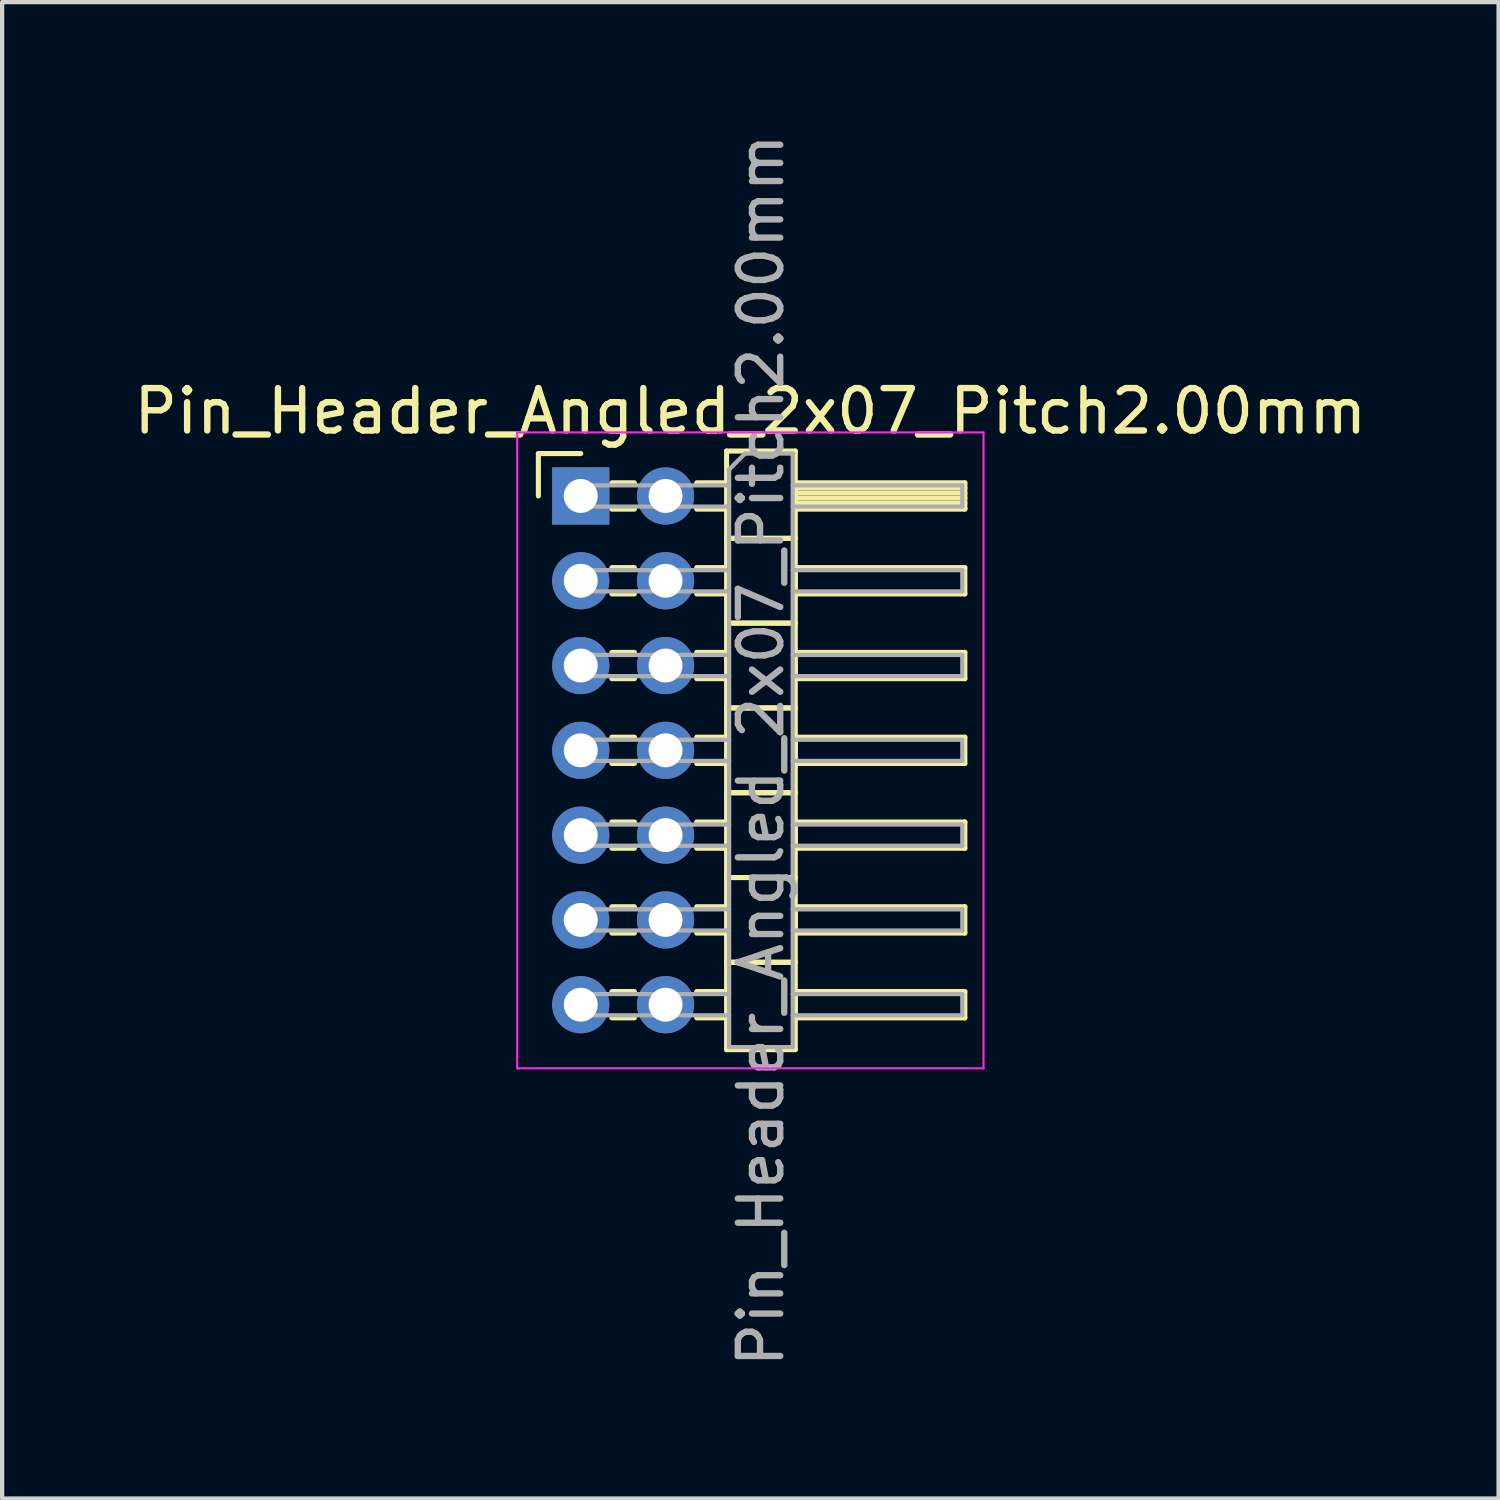
<source format=kicad_pcb>
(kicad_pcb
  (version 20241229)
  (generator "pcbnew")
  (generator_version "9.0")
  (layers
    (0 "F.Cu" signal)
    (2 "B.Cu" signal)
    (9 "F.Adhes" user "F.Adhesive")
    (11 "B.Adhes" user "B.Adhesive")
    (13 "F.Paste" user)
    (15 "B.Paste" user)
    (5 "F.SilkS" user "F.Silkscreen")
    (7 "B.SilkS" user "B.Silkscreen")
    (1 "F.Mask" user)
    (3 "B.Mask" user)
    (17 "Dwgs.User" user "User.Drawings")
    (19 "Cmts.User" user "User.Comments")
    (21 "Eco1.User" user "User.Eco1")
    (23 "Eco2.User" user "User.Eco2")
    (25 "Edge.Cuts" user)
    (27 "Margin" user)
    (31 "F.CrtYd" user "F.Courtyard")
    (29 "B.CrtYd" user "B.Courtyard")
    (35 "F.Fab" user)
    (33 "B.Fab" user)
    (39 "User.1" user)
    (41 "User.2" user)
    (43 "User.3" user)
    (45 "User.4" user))
  (footprint "Pin_Header_Angled_2x07_Pitch2.00mm"
    (layer "F.Cu")
    (at 10.649 8.649)
    (property "Reference" "Pin_Header_Angled_2x07_Pitch2.00mm" (at 4 -2 0) (layer "F.SilkS") (effects (font (size 1 1) (thickness 0.15))))
    (attr through_hole)
    (fp_line (start -1 -1) (end 0 -1) (stroke (width 0.12) (type solid)) (layer "F.SilkS"))
    (fp_line (start -1 0) (end -1 -1) (stroke (width 0.12) (type solid)) (layer "F.SilkS"))
    (fp_line (start 0.735 -0.31) (end 1.265 -0.31) (stroke (width 0.12) (type solid)) (layer "F.SilkS"))
    (fp_line (start 0.735 0.31) (end 1.265 0.31) (stroke (width 0.12) (type solid)) (layer "F.SilkS"))
    (fp_line (start 0.735 1.69) (end 1.265 1.69) (stroke (width 0.12) (type solid)) (layer "F.SilkS"))
    (fp_line (start 0.735 2.31) (end 1.265 2.31) (stroke (width 0.12) (type solid)) (layer "F.SilkS"))
    (fp_line (start 0.735 3.69) (end 1.265 3.69) (stroke (width 0.12) (type solid)) (layer "F.SilkS"))
    (fp_line (start 0.735 4.31) (end 1.265 4.31) (stroke (width 0.12) (type solid)) (layer "F.SilkS"))
    (fp_line (start 0.735 5.69) (end 1.265 5.69) (stroke (width 0.12) (type solid)) (layer "F.SilkS"))
    (fp_line (start 0.735 6.31) (end 1.265 6.31) (stroke (width 0.12) (type solid)) (layer "F.SilkS"))
    (fp_line (start 0.735 7.69) (end 1.265 7.69) (stroke (width 0.12) (type solid)) (layer "F.SilkS"))
    (fp_line (start 0.735 8.31) (end 1.265 8.31) (stroke (width 0.12) (type solid)) (layer "F.SilkS"))
    (fp_line (start 0.735 9.69) (end 1.265 9.69) (stroke (width 0.12) (type solid)) (layer "F.SilkS"))
    (fp_line (start 0.735 10.31) (end 1.265 10.31) (stroke (width 0.12) (type solid)) (layer "F.SilkS"))
    (fp_line (start 0.735 11.69) (end 1.265 11.69) (stroke (width 0.12) (type solid)) (layer "F.SilkS"))
    (fp_line (start 0.735 12.31) (end 1.265 12.31) (stroke (width 0.12) (type solid)) (layer "F.SilkS"))
    (fp_line (start 2.735 -0.31) (end 3.44 -0.31) (stroke (width 0.12) (type solid)) (layer "F.SilkS"))
    (fp_line (start 2.735 0.31) (end 3.44 0.31) (stroke (width 0.12) (type solid)) (layer "F.SilkS"))
    (fp_line (start 2.735 1.69) (end 3.44 1.69) (stroke (width 0.12) (type solid)) (layer "F.SilkS"))
    (fp_line (start 2.735 2.31) (end 3.44 2.31) (stroke (width 0.12) (type solid)) (layer "F.SilkS"))
    (fp_line (start 2.735 3.69) (end 3.44 3.69) (stroke (width 0.12) (type solid)) (layer "F.SilkS"))
    (fp_line (start 2.735 4.31) (end 3.44 4.31) (stroke (width 0.12) (type solid)) (layer "F.SilkS"))
    (fp_line (start 2.735 5.69) (end 3.44 5.69) (stroke (width 0.12) (type solid)) (layer "F.SilkS"))
    (fp_line (start 2.735 6.31) (end 3.44 6.31) (stroke (width 0.12) (type solid)) (layer "F.SilkS"))
    (fp_line (start 2.735 7.69) (end 3.44 7.69) (stroke (width 0.12) (type solid)) (layer "F.SilkS"))
    (fp_line (start 2.735 8.31) (end 3.44 8.31) (stroke (width 0.12) (type solid)) (layer "F.SilkS"))
    (fp_line (start 2.735 9.69) (end 3.44 9.69) (stroke (width 0.12) (type solid)) (layer "F.SilkS"))
    (fp_line (start 2.735 10.31) (end 3.44 10.31) (stroke (width 0.12) (type solid)) (layer "F.SilkS"))
    (fp_line (start 2.735 11.69) (end 3.44 11.69) (stroke (width 0.12) (type solid)) (layer "F.SilkS"))
    (fp_line (start 2.735 12.31) (end 3.44 12.31) (stroke (width 0.12) (type solid)) (layer "F.SilkS"))
    (fp_line (start 3.44 -1.06) (end 3.44 1) (stroke (width 0.12) (type solid)) (layer "F.SilkS"))
    (fp_line (start 3.44 1) (end 3.44 3) (stroke (width 0.12) (type solid)) (layer "F.SilkS"))
    (fp_line (start 3.44 1) (end 5.06 1) (stroke (width 0.12) (type solid)) (layer "F.SilkS"))
    (fp_line (start 3.44 3) (end 3.44 5) (stroke (width 0.12) (type solid)) (layer "F.SilkS"))
    (fp_line (start 3.44 3) (end 5.06 3) (stroke (width 0.12) (type solid)) (layer "F.SilkS"))
    (fp_line (start 3.44 5) (end 3.44 7) (stroke (width 0.12) (type solid)) (layer "F.SilkS"))
    (fp_line (start 3.44 5) (end 5.06 5) (stroke (width 0.12) (type solid)) (layer "F.SilkS"))
    (fp_line (start 3.44 7) (end 3.44 9) (stroke (width 0.12) (type solid)) (layer "F.SilkS"))
    (fp_line (start 3.44 7) (end 5.06 7) (stroke (width 0.12) (type solid)) (layer "F.SilkS"))
    (fp_line (start 3.44 9) (end 3.44 11) (stroke (width 0.12) (type solid)) (layer "F.SilkS"))
    (fp_line (start 3.44 9) (end 5.06 9) (stroke (width 0.12) (type solid)) (layer "F.SilkS"))
    (fp_line (start 3.44 11) (end 3.44 13.06) (stroke (width 0.12) (type solid)) (layer "F.SilkS"))
    (fp_line (start 3.44 11) (end 5.06 11) (stroke (width 0.12) (type solid)) (layer "F.SilkS"))
    (fp_line (start 3.44 13.06) (end 5.06 13.06) (stroke (width 0.12) (type solid)) (layer "F.SilkS"))
    (fp_line (start 5.06 -1.06) (end 3.44 -1.06) (stroke (width 0.12) (type solid)) (layer "F.SilkS"))
    (fp_line (start 5.06 -0.31) (end 5.06 0.31) (stroke (width 0.12) (type solid)) (layer "F.SilkS"))
    (fp_line (start 5.06 -0.19) (end 9.06 -0.19) (stroke (width 0.12) (type solid)) (layer "F.SilkS"))
    (fp_line (start 5.06 -0.07) (end 9.06 -0.07) (stroke (width 0.12) (type solid)) (layer "F.SilkS"))
    (fp_line (start 5.06 0.05) (end 9.06 0.05) (stroke (width 0.12) (type solid)) (layer "F.SilkS"))
    (fp_line (start 5.06 0.17) (end 9.06 0.17) (stroke (width 0.12) (type solid)) (layer "F.SilkS"))
    (fp_line (start 5.06 0.29) (end 9.06 0.29) (stroke (width 0.12) (type solid)) (layer "F.SilkS"))
    (fp_line (start 5.06 0.31) (end 9.06 0.31) (stroke (width 0.12) (type solid)) (layer "F.SilkS"))
    (fp_line (start 5.06 1) (end 3.44 1) (stroke (width 0.12) (type solid)) (layer "F.SilkS"))
    (fp_line (start 5.06 1) (end 5.06 -1.06) (stroke (width 0.12) (type solid)) (layer "F.SilkS"))
    (fp_line (start 5.06 1.69) (end 5.06 2.31) (stroke (width 0.12) (type solid)) (layer "F.SilkS"))
    (fp_line (start 5.06 2.31) (end 9.06 2.31) (stroke (width 0.12) (type solid)) (layer "F.SilkS"))
    (fp_line (start 5.06 3) (end 3.44 3) (stroke (width 0.12) (type solid)) (layer "F.SilkS"))
    (fp_line (start 5.06 3) (end 5.06 1) (stroke (width 0.12) (type solid)) (layer "F.SilkS"))
    (fp_line (start 5.06 3.69) (end 5.06 4.31) (stroke (width 0.12) (type solid)) (layer "F.SilkS"))
    (fp_line (start 5.06 4.31) (end 9.06 4.31) (stroke (width 0.12) (type solid)) (layer "F.SilkS"))
    (fp_line (start 5.06 5) (end 3.44 5) (stroke (width 0.12) (type solid)) (layer "F.SilkS"))
    (fp_line (start 5.06 5) (end 5.06 3) (stroke (width 0.12) (type solid)) (layer "F.SilkS"))
    (fp_line (start 5.06 5.69) (end 5.06 6.31) (stroke (width 0.12) (type solid)) (layer "F.SilkS"))
    (fp_line (start 5.06 6.31) (end 9.06 6.31) (stroke (width 0.12) (type solid)) (layer "F.SilkS"))
    (fp_line (start 5.06 7) (end 3.44 7) (stroke (width 0.12) (type solid)) (layer "F.SilkS"))
    (fp_line (start 5.06 7) (end 5.06 5) (stroke (width 0.12) (type solid)) (layer "F.SilkS"))
    (fp_line (start 5.06 7.69) (end 5.06 8.31) (stroke (width 0.12) (type solid)) (layer "F.SilkS"))
    (fp_line (start 5.06 8.31) (end 9.06 8.31) (stroke (width 0.12) (type solid)) (layer "F.SilkS"))
    (fp_line (start 5.06 9) (end 3.44 9) (stroke (width 0.12) (type solid)) (layer "F.SilkS"))
    (fp_line (start 5.06 9) (end 5.06 7) (stroke (width 0.12) (type solid)) (layer "F.SilkS"))
    (fp_line (start 5.06 9.69) (end 5.06 10.31) (stroke (width 0.12) (type solid)) (layer "F.SilkS"))
    (fp_line (start 5.06 10.31) (end 9.06 10.31) (stroke (width 0.12) (type solid)) (layer "F.SilkS"))
    (fp_line (start 5.06 11) (end 3.44 11) (stroke (width 0.12) (type solid)) (layer "F.SilkS"))
    (fp_line (start 5.06 11) (end 5.06 9) (stroke (width 0.12) (type solid)) (layer "F.SilkS"))
    (fp_line (start 5.06 11.69) (end 5.06 12.31) (stroke (width 0.12) (type solid)) (layer "F.SilkS"))
    (fp_line (start 5.06 12.31) (end 9.06 12.31) (stroke (width 0.12) (type solid)) (layer "F.SilkS"))
    (fp_line (start 5.06 13.06) (end 5.06 11) (stroke (width 0.12) (type solid)) (layer "F.SilkS"))
    (fp_line (start 9.06 -0.31) (end 5.06 -0.31) (stroke (width 0.12) (type solid)) (layer "F.SilkS"))
    (fp_line (start 9.06 0.31) (end 9.06 -0.31) (stroke (width 0.12) (type solid)) (layer "F.SilkS"))
    (fp_line (start 9.06 1.69) (end 5.06 1.69) (stroke (width 0.12) (type solid)) (layer "F.SilkS"))
    (fp_line (start 9.06 2.31) (end 9.06 1.69) (stroke (width 0.12) (type solid)) (layer "F.SilkS"))
    (fp_line (start 9.06 3.69) (end 5.06 3.69) (stroke (width 0.12) (type solid)) (layer "F.SilkS"))
    (fp_line (start 9.06 4.31) (end 9.06 3.69) (stroke (width 0.12) (type solid)) (layer "F.SilkS"))
    (fp_line (start 9.06 5.69) (end 5.06 5.69) (stroke (width 0.12) (type solid)) (layer "F.SilkS"))
    (fp_line (start 9.06 6.31) (end 9.06 5.69) (stroke (width 0.12) (type solid)) (layer "F.SilkS"))
    (fp_line (start 9.06 7.69) (end 5.06 7.69) (stroke (width 0.12) (type solid)) (layer "F.SilkS"))
    (fp_line (start 9.06 8.31) (end 9.06 7.69) (stroke (width 0.12) (type solid)) (layer "F.SilkS"))
    (fp_line (start 9.06 9.69) (end 5.06 9.69) (stroke (width 0.12) (type solid)) (layer "F.SilkS"))
    (fp_line (start 9.06 10.31) (end 9.06 9.69) (stroke (width 0.12) (type solid)) (layer "F.SilkS"))
    (fp_line (start 9.06 11.69) (end 5.06 11.69) (stroke (width 0.12) (type solid)) (layer "F.SilkS"))
    (fp_line (start 9.06 12.31) (end 9.06 11.69) (stroke (width 0.12) (type solid)) (layer "F.SilkS"))
    (fp_line (start -1.5 -1.5) (end -1.5 13.5) (stroke (width 0.05) (type solid)) (layer "F.CrtYd"))
    (fp_line (start -1.5 13.5) (end 9.5 13.5) (stroke (width 0.05) (type solid)) (layer "F.CrtYd"))
    (fp_line (start 9.5 -1.5) (end -1.5 -1.5) (stroke (width 0.05) (type solid)) (layer "F.CrtYd"))
    (fp_line (start 9.5 13.5) (end 9.5 -1.5) (stroke (width 0.05) (type solid)) (layer "F.CrtYd"))
    (fp_line (start -0.25 -0.25) (end -0.25 0.25) (stroke (width 0.1) (type solid)) (layer "F.Fab"))
    (fp_line (start -0.25 -0.25) (end 3.5 -0.25) (stroke (width 0.1) (type solid)) (layer "F.Fab"))
    (fp_line (start -0.25 0.25) (end 3.5 0.25) (stroke (width 0.1) (type solid)) (layer "F.Fab"))
    (fp_line (start -0.25 1.75) (end -0.25 2.25) (stroke (width 0.1) (type solid)) (layer "F.Fab"))
    (fp_line (start -0.25 1.75) (end 3.5 1.75) (stroke (width 0.1) (type solid)) (layer "F.Fab"))
    (fp_line (start -0.25 2.25) (end 3.5 2.25) (stroke (width 0.1) (type solid)) (layer "F.Fab"))
    (fp_line (start -0.25 3.75) (end -0.25 4.25) (stroke (width 0.1) (type solid)) (layer "F.Fab"))
    (fp_line (start -0.25 3.75) (end 3.5 3.75) (stroke (width 0.1) (type solid)) (layer "F.Fab"))
    (fp_line (start -0.25 4.25) (end 3.5 4.25) (stroke (width 0.1) (type solid)) (layer "F.Fab"))
    (fp_line (start -0.25 5.75) (end -0.25 6.25) (stroke (width 0.1) (type solid)) (layer "F.Fab"))
    (fp_line (start -0.25 5.75) (end 3.5 5.75) (stroke (width 0.1) (type solid)) (layer "F.Fab"))
    (fp_line (start -0.25 6.25) (end 3.5 6.25) (stroke (width 0.1) (type solid)) (layer "F.Fab"))
    (fp_line (start -0.25 7.75) (end -0.25 8.25) (stroke (width 0.1) (type solid)) (layer "F.Fab"))
    (fp_line (start -0.25 7.75) (end 3.5 7.75) (stroke (width 0.1) (type solid)) (layer "F.Fab"))
    (fp_line (start -0.25 8.25) (end 3.5 8.25) (stroke (width 0.1) (type solid)) (layer "F.Fab"))
    (fp_line (start -0.25 9.75) (end -0.25 10.25) (stroke (width 0.1) (type solid)) (layer "F.Fab"))
    (fp_line (start -0.25 9.75) (end 3.5 9.75) (stroke (width 0.1) (type solid)) (layer "F.Fab"))
    (fp_line (start -0.25 10.25) (end 3.5 10.25) (stroke (width 0.1) (type solid)) (layer "F.Fab"))
    (fp_line (start -0.25 11.75) (end -0.25 12.25) (stroke (width 0.1) (type solid)) (layer "F.Fab"))
    (fp_line (start -0.25 11.75) (end 3.5 11.75) (stroke (width 0.1) (type solid)) (layer "F.Fab"))
    (fp_line (start -0.25 12.25) (end 3.5 12.25) (stroke (width 0.1) (type solid)) (layer "F.Fab"))
    (fp_line (start 3.5 -0.625) (end 3.875 -1) (stroke (width 0.1) (type solid)) (layer "F.Fab"))
    (fp_line (start 3.5 13) (end 3.5 -0.625) (stroke (width 0.1) (type solid)) (layer "F.Fab"))
    (fp_line (start 3.875 -1) (end 5 -1) (stroke (width 0.1) (type solid)) (layer "F.Fab"))
    (fp_line (start 5 -1) (end 5 13) (stroke (width 0.1) (type solid)) (layer "F.Fab"))
    (fp_line (start 5 -0.25) (end 9 -0.25) (stroke (width 0.1) (type solid)) (layer "F.Fab"))
    (fp_line (start 5 0.25) (end 9 0.25) (stroke (width 0.1) (type solid)) (layer "F.Fab"))
    (fp_line (start 5 1.75) (end 9 1.75) (stroke (width 0.1) (type solid)) (layer "F.Fab"))
    (fp_line (start 5 2.25) (end 9 2.25) (stroke (width 0.1) (type solid)) (layer "F.Fab"))
    (fp_line (start 5 3.75) (end 9 3.75) (stroke (width 0.1) (type solid)) (layer "F.Fab"))
    (fp_line (start 5 4.25) (end 9 4.25) (stroke (width 0.1) (type solid)) (layer "F.Fab"))
    (fp_line (start 5 5.75) (end 9 5.75) (stroke (width 0.1) (type solid)) (layer "F.Fab"))
    (fp_line (start 5 6.25) (end 9 6.25) (stroke (width 0.1) (type solid)) (layer "F.Fab"))
    (fp_line (start 5 7.75) (end 9 7.75) (stroke (width 0.1) (type solid)) (layer "F.Fab"))
    (fp_line (start 5 8.25) (end 9 8.25) (stroke (width 0.1) (type solid)) (layer "F.Fab"))
    (fp_line (start 5 9.75) (end 9 9.75) (stroke (width 0.1) (type solid)) (layer "F.Fab"))
    (fp_line (start 5 10.25) (end 9 10.25) (stroke (width 0.1) (type solid)) (layer "F.Fab"))
    (fp_line (start 5 11.75) (end 9 11.75) (stroke (width 0.1) (type solid)) (layer "F.Fab"))
    (fp_line (start 5 12.25) (end 9 12.25) (stroke (width 0.1) (type solid)) (layer "F.Fab"))
    (fp_line (start 5 13) (end 3.5 13) (stroke (width 0.1) (type solid)) (layer "F.Fab"))
    (fp_line (start 9 -0.25) (end 9 0.25) (stroke (width 0.1) (type solid)) (layer "F.Fab"))
    (fp_line (start 9 1.75) (end 9 2.25) (stroke (width 0.1) (type solid)) (layer "F.Fab"))
    (fp_line (start 9 3.75) (end 9 4.25) (stroke (width 0.1) (type solid)) (layer "F.Fab"))
    (fp_line (start 9 5.75) (end 9 6.25) (stroke (width 0.1) (type solid)) (layer "F.Fab"))
    (fp_line (start 9 7.75) (end 9 8.25) (stroke (width 0.1) (type solid)) (layer "F.Fab"))
    (fp_line (start 9 9.75) (end 9 10.25) (stroke (width 0.1) (type solid)) (layer "F.Fab"))
    (fp_line (start 9 11.75) (end 9 12.25) (stroke (width 0.1) (type solid)) (layer "F.Fab"))
    (fp_text user "${REFERENCE}" (at 4.25 6 90) (layer "F.Fab") (effects (font (size 1 1) (thickness 0.15))))
    (pad "1" thru_hole rect (at 0 0) (size 1.35 1.35) (drill 0.8) (layers "*.Cu" "*.Mask"))
    (pad "2" thru_hole oval (at 2 0) (size 1.35 1.35) (drill 0.8) (layers "*.Cu" "*.Mask"))
    (pad "3" thru_hole oval (at 0 2) (size 1.35 1.35) (drill 0.8) (layers "*.Cu" "*.Mask"))
    (pad "4" thru_hole oval (at 2 2) (size 1.35 1.35) (drill 0.8) (layers "*.Cu" "*.Mask"))
    (pad "5" thru_hole oval (at 0 4) (size 1.35 1.35) (drill 0.8) (layers "*.Cu" "*.Mask"))
    (pad "6" thru_hole oval (at 2 4) (size 1.35 1.35) (drill 0.8) (layers "*.Cu" "*.Mask"))
    (pad "7" thru_hole oval (at 0 6) (size 1.35 1.35) (drill 0.8) (layers "*.Cu" "*.Mask"))
    (pad "8" thru_hole oval (at 2 6) (size 1.35 1.35) (drill 0.8) (layers "*.Cu" "*.Mask"))
    (pad "9" thru_hole oval (at 0 8) (size 1.35 1.35) (drill 0.8) (layers "*.Cu" "*.Mask"))
    (pad "10" thru_hole oval (at 2 8) (size 1.35 1.35) (drill 0.8) (layers "*.Cu" "*.Mask"))
    (pad "11" thru_hole oval (at 0 10) (size 1.35 1.35) (drill 0.8) (layers "*.Cu" "*.Mask"))
    (pad "12" thru_hole oval (at 2 10) (size 1.35 1.35) (drill 0.8) (layers "*.Cu" "*.Mask"))
    (pad "13" thru_hole oval (at 0 12) (size 1.35 1.35) (drill 0.8) (layers "*.Cu" "*.Mask"))
    (pad "14" thru_hole oval (at 2 12) (size 1.35 1.35) (drill 0.8) (layers "*.Cu" "*.Mask")))
  (gr_rect
    (start -3 -3)
    (end 32.298 32.298)
    (stroke (width 0.1) (type default))
    (fill no)
    (layer "Edge.Cuts")))
</source>
